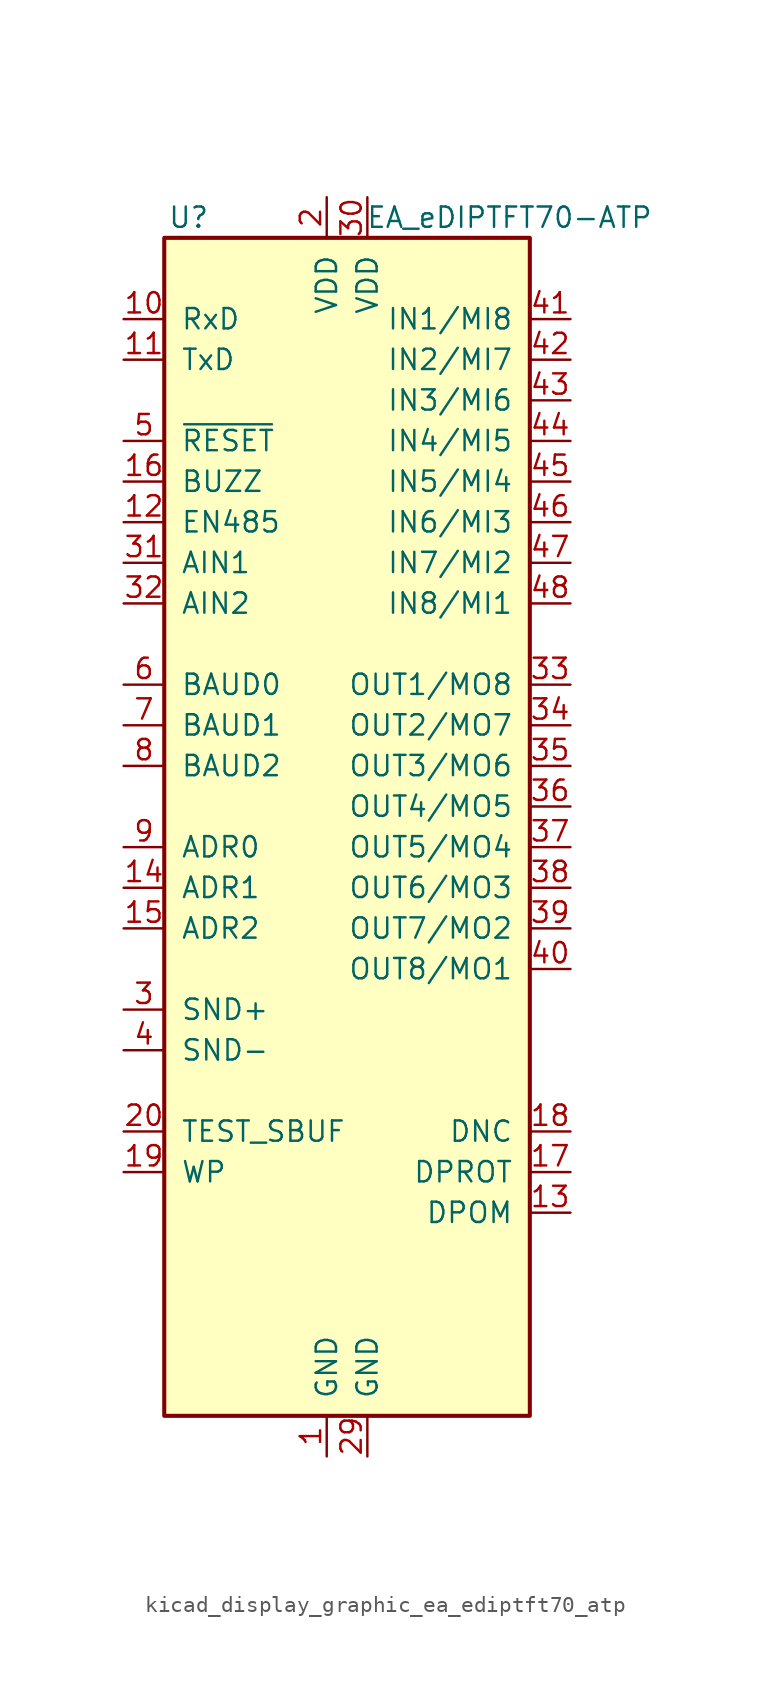
<source format=kicad_sym>
(kicad_symbol_lib
  (version 20220914)
  (generator kicad_symbol_editor)
  (symbol "kicad_display_graphic_ea_ediptft70_atp"
    (pin_names
      (offset 1.016))
    (property "Reference" "U"
      (at -8.636 36.83 0)
      (effects (font (size 1.27 1.27))))
    (property "Value" "EA_eDIPTFT70-ATP"
      (at 11.43 36.83 0)
      (effects (font (size 1.27 1.27))))
    (symbol "kicad_display_graphic_ea_ediptft70_atp_0_1"
      (rectangle (start -10.16 35.56) (end 12.7 -38.1) (stroke (width 0.254) (type default)) (fill (type background))))
    (symbol "kicad_display_graphic_ea_ediptft70_atp_1_1"
      (pin power_in line (at 0 -40.64 90) (length 2.54) (name "GND" (effects (font (size 1.27 1.27)))) (number "1" (effects (font (size 1.27 1.27)))))
      (pin input line (at -12.7 30.48 0) (length 2.54) (name "RxD" (effects (font (size 1.27 1.27)))) (number "10" (effects (font (size 1.27 1.27)))))
      (pin output line (at -12.7 27.94 0) (length 2.54) (name "TxD" (effects (font (size 1.27 1.27)))) (number "11" (effects (font (size 1.27 1.27)))))
      (pin output line (at -12.7 17.78 0) (length 2.54) (name "EN485" (effects (font (size 1.27 1.27)))) (number "12" (effects (font (size 1.27 1.27)))))
      (pin input line (at 15.24 -25.4 180) (length 2.54) (name "DPOM" (effects (font (size 1.27 1.27)))) (number "13" (effects (font (size 1.27 1.27)))))
      (pin input line (at -12.7 -5.08 0) (length 2.54) (name "ADR1" (effects (font (size 1.27 1.27)))) (number "14" (effects (font (size 1.27 1.27)))))
      (pin input line (at -12.7 -7.62 0) (length 2.54) (name "ADR2" (effects (font (size 1.27 1.27)))) (number "15" (effects (font (size 1.27 1.27)))))
      (pin output line (at -12.7 20.32 0) (length 2.54) (name "BUZZ" (effects (font (size 1.27 1.27)))) (number "16" (effects (font (size 1.27 1.27)))))
      (pin input line (at 15.24 -22.86 180) (length 2.54) (name "DPROT" (effects (font (size 1.27 1.27)))) (number "17" (effects (font (size 1.27 1.27)))))
      (pin output line (at 15.24 -20.32 180) (length 2.54) (name "DNC" (effects (font (size 1.27 1.27)))) (number "18" (effects (font (size 1.27 1.27)))))
      (pin input line (at -12.7 -22.86 0) (length 2.54) (name "WP" (effects (font (size 1.27 1.27)))) (number "19" (effects (font (size 1.27 1.27)))))
      (pin power_in line (at 0 38.1 270) (length 2.54) (name "VDD" (effects (font (size 1.27 1.27)))) (number "2" (effects (font (size 1.27 1.27)))))
      (pin bidirectional line (at -12.7 -20.32 0) (length 2.54) (name "TEST_SBUF" (effects (font (size 1.27 1.27)))) (number "20" (effects (font (size 1.27 1.27)))))
      (pin no_connect line (at -10.16 -27.94 0) (length 2.54) hide (name "NC" (effects (font (size 1.27 1.27)))) (number "21" (effects (font (size 1.27 1.27)))))
      (pin no_connect line (at -10.16 -30.48 0) (length 2.54) hide (name "NC" (effects (font (size 1.27 1.27)))) (number "22" (effects (font (size 1.27 1.27)))))
      (pin no_connect line (at -10.16 -33.02 0) (length 2.54) hide (name "NC" (effects (font (size 1.27 1.27)))) (number "23" (effects (font (size 1.27 1.27)))))
      (pin no_connect line (at -10.16 -35.56 0) (length 2.54) hide (name "NC" (effects (font (size 1.27 1.27)))) (number "24" (effects (font (size 1.27 1.27)))))
      (pin no_connect line (at 12.7 -35.56 180) (length 2.54) hide (name "NC" (effects (font (size 1.27 1.27)))) (number "25" (effects (font (size 1.27 1.27)))))
      (pin no_connect line (at 12.7 -33.02 180) (length 2.54) hide (name "NC" (effects (font (size 1.27 1.27)))) (number "26" (effects (font (size 1.27 1.27)))))
      (pin no_connect line (at 12.7 -30.48 180) (length 2.54) hide (name "NC" (effects (font (size 1.27 1.27)))) (number "27" (effects (font (size 1.27 1.27)))))
      (pin no_connect line (at 12.7 -27.94 180) (length 2.54) hide (name "NC" (effects (font (size 1.27 1.27)))) (number "28" (effects (font (size 1.27 1.27)))))
      (pin power_in line (at 2.54 -40.64 90) (length 2.54) (name "GND" (effects (font (size 1.27 1.27)))) (number "29" (effects (font (size 1.27 1.27)))))
      (pin output line (at -12.7 -12.7 0) (length 2.54) (name "SND+" (effects (font (size 1.27 1.27)))) (number "3" (effects (font (size 1.27 1.27)))))
      (pin power_in line (at 2.54 38.1 270) (length 2.54) (name "VDD" (effects (font (size 1.27 1.27)))) (number "30" (effects (font (size 1.27 1.27)))))
      (pin input line (at -12.7 15.24 0) (length 2.54) (name "AIN1" (effects (font (size 1.27 1.27)))) (number "31" (effects (font (size 1.27 1.27)))))
      (pin input line (at -12.7 12.7 0) (length 2.54) (name "AIN2" (effects (font (size 1.27 1.27)))) (number "32" (effects (font (size 1.27 1.27)))))
      (pin output line (at 15.24 7.62 180) (length 2.54) (name "OUT1/MO8" (effects (font (size 1.27 1.27)))) (number "33" (effects (font (size 1.27 1.27)))))
      (pin output line (at 15.24 5.08 180) (length 2.54) (name "OUT2/MO7" (effects (font (size 1.27 1.27)))) (number "34" (effects (font (size 1.27 1.27)))))
      (pin output line (at 15.24 2.54 180) (length 2.54) (name "OUT3/MO6" (effects (font (size 1.27 1.27)))) (number "35" (effects (font (size 1.27 1.27)))))
      (pin output line (at 15.24 0 180) (length 2.54) (name "OUT4/MO5" (effects (font (size 1.27 1.27)))) (number "36" (effects (font (size 1.27 1.27)))))
      (pin output line (at 15.24 -2.54 180) (length 2.54) (name "OUT5/MO4" (effects (font (size 1.27 1.27)))) (number "37" (effects (font (size 1.27 1.27)))))
      (pin output line (at 15.24 -5.08 180) (length 2.54) (name "OUT6/MO3" (effects (font (size 1.27 1.27)))) (number "38" (effects (font (size 1.27 1.27)))))
      (pin output line (at 15.24 -7.62 180) (length 2.54) (name "OUT7/MO2" (effects (font (size 1.27 1.27)))) (number "39" (effects (font (size 1.27 1.27)))))
      (pin input line (at -12.7 -15.24 0) (length 2.54) (name "SND-" (effects (font (size 1.27 1.27)))) (number "4" (effects (font (size 1.27 1.27)))))
      (pin output line (at 15.24 -10.16 180) (length 2.54) (name "OUT8/MO1" (effects (font (size 1.27 1.27)))) (number "40" (effects (font (size 1.27 1.27)))))
      (pin input line (at 15.24 30.48 180) (length 2.54) (name "IN1/MI8" (effects (font (size 1.27 1.27)))) (number "41" (effects (font (size 1.27 1.27)))))
      (pin input line (at 15.24 27.94 180) (length 2.54) (name "IN2/MI7" (effects (font (size 1.27 1.27)))) (number "42" (effects (font (size 1.27 1.27)))))
      (pin input line (at 15.24 25.4 180) (length 2.54) (name "IN3/MI6" (effects (font (size 1.27 1.27)))) (number "43" (effects (font (size 1.27 1.27)))))
      (pin input line (at 15.24 22.86 180) (length 2.54) (name "IN4/MI5" (effects (font (size 1.27 1.27)))) (number "44" (effects (font (size 1.27 1.27)))))
      (pin input line (at 15.24 20.32 180) (length 2.54) (name "IN5/MI4" (effects (font (size 1.27 1.27)))) (number "45" (effects (font (size 1.27 1.27)))))
      (pin input line (at 15.24 17.78 180) (length 2.54) (name "IN6/MI3" (effects (font (size 1.27 1.27)))) (number "46" (effects (font (size 1.27 1.27)))))
      (pin input line (at 15.24 15.24 180) (length 2.54) (name "IN7/MI2" (effects (font (size 1.27 1.27)))) (number "47" (effects (font (size 1.27 1.27)))))
      (pin input line (at 15.24 12.7 180) (length 2.54) (name "IN8/MI1" (effects (font (size 1.27 1.27)))) (number "48" (effects (font (size 1.27 1.27)))))
      (pin input line (at -12.7 22.86 0) (length 2.54) (name "~{RESET}" (effects (font (size 1.27 1.27)))) (number "5" (effects (font (size 1.27 1.27)))))
      (pin input line (at -12.7 7.62 0) (length 2.54) (name "BAUD0" (effects (font (size 1.27 1.27)))) (number "6" (effects (font (size 1.27 1.27)))))
      (pin input line (at -12.7 5.08 0) (length 2.54) (name "BAUD1" (effects (font (size 1.27 1.27)))) (number "7" (effects (font (size 1.27 1.27)))))
      (pin input line (at -12.7 2.54 0) (length 2.54) (name "BAUD2" (effects (font (size 1.27 1.27)))) (number "8" (effects (font (size 1.27 1.27)))))
      (pin input line (at -12.7 -2.54 0) (length 2.54) (name "ADR0" (effects (font (size 1.27 1.27)))) (number "9" (effects (font (size 1.27 1.27))))))))
</source>
